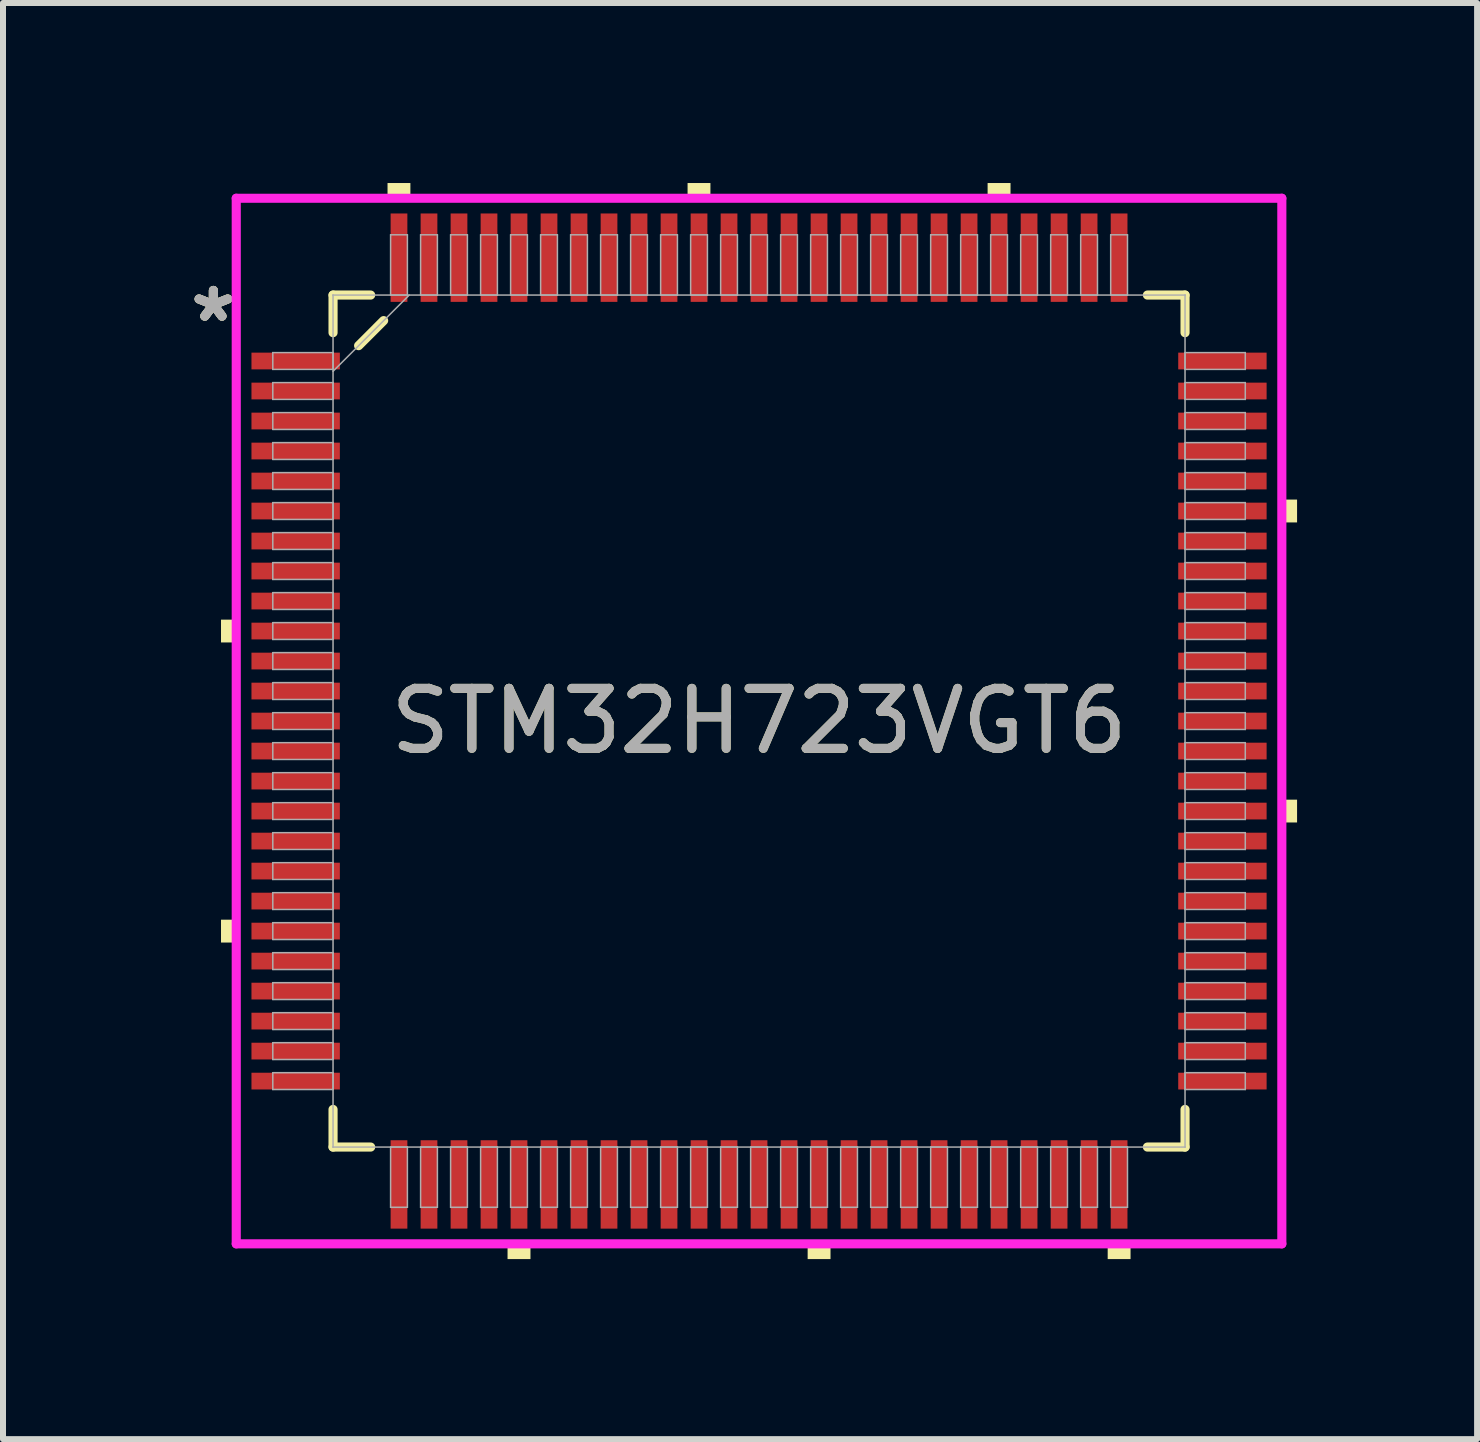
<source format=kicad_pcb>
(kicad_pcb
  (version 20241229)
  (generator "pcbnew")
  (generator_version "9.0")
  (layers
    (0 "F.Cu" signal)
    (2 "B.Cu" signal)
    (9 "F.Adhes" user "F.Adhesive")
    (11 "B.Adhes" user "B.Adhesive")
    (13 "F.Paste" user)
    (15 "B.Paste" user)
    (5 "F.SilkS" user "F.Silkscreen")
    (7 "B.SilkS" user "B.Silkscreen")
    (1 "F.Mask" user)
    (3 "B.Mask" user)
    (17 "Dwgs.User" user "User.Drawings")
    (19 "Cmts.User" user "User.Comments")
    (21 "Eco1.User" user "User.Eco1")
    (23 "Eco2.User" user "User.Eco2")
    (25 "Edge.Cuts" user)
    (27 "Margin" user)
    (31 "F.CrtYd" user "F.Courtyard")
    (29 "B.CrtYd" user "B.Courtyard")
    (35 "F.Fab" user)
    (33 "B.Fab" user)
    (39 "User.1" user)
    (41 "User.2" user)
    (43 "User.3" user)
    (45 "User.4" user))
  (footprint "STM32H723VGT6"
    (layer "F.Cu")
    (at 9.599 8.966)
    (property "Reference" "STM32H723VGT6" (at 0 0 0) (unlocked yes) (layer "F.SilkS") (effects (font (size 1 1) (thickness 0.15))))
    (attr smd)
    (fp_line (start -7.099 -7.099) (end -7.099 -6.472) (stroke (width 0.152) (type solid)) (layer "F.SilkS"))
    (fp_line (start -7.099 6.472) (end -7.099 7.099) (stroke (width 0.152) (type solid)) (layer "F.SilkS"))
    (fp_line (start -7.099 7.099) (end -6.472 7.099) (stroke (width 0.152) (type solid)) (layer "F.SilkS"))
    (fp_line (start -6.673 -6.256) (end -6.256 -6.673) (stroke (width 0.152) (type solid)) (layer "F.SilkS"))
    (fp_line (start -6.472 -7.099) (end -7.099 -7.099) (stroke (width 0.152) (type solid)) (layer "F.SilkS"))
    (fp_line (start 6.472 7.099) (end 7.099 7.099) (stroke (width 0.152) (type solid)) (layer "F.SilkS"))
    (fp_line (start 7.099 -7.099) (end 6.472 -7.099) (stroke (width 0.152) (type solid)) (layer "F.SilkS"))
    (fp_line (start 7.099 -6.472) (end 7.099 -7.099) (stroke (width 0.152) (type solid)) (layer "F.SilkS"))
    (fp_line (start 7.099 7.099) (end 7.099 6.472) (stroke (width 0.152) (type solid)) (layer "F.SilkS"))
    (fp_poly (pts (xy -8.966 -1.69) (xy -8.966 -1.31) (xy -8.712 -1.31) (xy -8.712 -1.69)) (stroke (width 0) (type solid)) (fill yes) (layer "F.SilkS"))
    (fp_poly (pts (xy -8.966 3.31) (xy -8.966 3.691) (xy -8.712 3.691) (xy -8.712 3.31)) (stroke (width 0) (type solid)) (fill yes) (layer "F.SilkS"))
    (fp_poly (pts (xy -6.191 -8.712) (xy -6.191 -8.966) (xy -5.81 -8.966) (xy -5.81 -8.712)) (stroke (width 0) (type solid)) (fill yes) (layer "F.SilkS"))
    (fp_poly (pts (xy -4.191 8.712) (xy -4.191 8.966) (xy -3.809 8.966) (xy -3.809 8.712)) (stroke (width 0) (type solid)) (fill yes) (layer "F.SilkS"))
    (fp_poly (pts (xy -1.191 -8.712) (xy -1.191 -8.966) (xy -0.81 -8.966) (xy -0.81 -8.712)) (stroke (width 0) (type solid)) (fill yes) (layer "F.SilkS"))
    (fp_poly (pts (xy 0.81 8.712) (xy 0.81 8.966) (xy 1.191 8.966) (xy 1.191 8.712)) (stroke (width 0) (type solid)) (fill yes) (layer "F.SilkS"))
    (fp_poly (pts (xy 3.809 -8.712) (xy 3.809 -8.966) (xy 4.191 -8.966) (xy 4.191 -8.712)) (stroke (width 0) (type solid)) (fill yes) (layer "F.SilkS"))
    (fp_poly (pts (xy 5.81 8.712) (xy 5.81 8.966) (xy 6.191 8.966) (xy 6.191 8.712)) (stroke (width 0) (type solid)) (fill yes) (layer "F.SilkS"))
    (fp_poly (pts (xy 8.966 -3.691) (xy 8.966 -3.31) (xy 8.712 -3.31) (xy 8.712 -3.691)) (stroke (width 0) (type solid)) (fill yes) (layer "F.SilkS"))
    (fp_poly (pts (xy 8.966 1.31) (xy 8.966 1.69) (xy 8.712 1.69) (xy 8.712 1.31)) (stroke (width 0) (type solid)) (fill yes) (layer "F.SilkS"))
    (fp_line (start -8.712 -8.712) (end 8.712 -8.712) (stroke (width 0.152) (type solid)) (layer "F.CrtYd"))
    (fp_line (start -8.712 8.712) (end -8.712 -8.712) (stroke (width 0.152) (type solid)) (layer "F.CrtYd"))
    (fp_line (start 8.712 -8.712) (end 8.712 8.712) (stroke (width 0.152) (type solid)) (layer "F.CrtYd"))
    (fp_line (start 8.712 8.712) (end -8.712 8.712) (stroke (width 0.152) (type solid)) (layer "F.CrtYd"))
    (fp_line (start -8.103 -6.14) (end -8.103 -5.86) (stroke (width 0.025) (type solid)) (layer "F.Fab"))
    (fp_line (start -8.103 -5.86) (end -7.099 -5.86) (stroke (width 0.025) (type solid)) (layer "F.Fab"))
    (fp_line (start -8.103 -5.64) (end -8.103 -5.36) (stroke (width 0.025) (type solid)) (layer "F.Fab"))
    (fp_line (start -8.103 -5.36) (end -7.099 -5.36) (stroke (width 0.025) (type solid)) (layer "F.Fab"))
    (fp_line (start -8.103 -5.14) (end -8.103 -4.86) (stroke (width 0.025) (type solid)) (layer "F.Fab"))
    (fp_line (start -8.103 -4.86) (end -7.099 -4.86) (stroke (width 0.025) (type solid)) (layer "F.Fab"))
    (fp_line (start -8.103 -4.64) (end -8.103 -4.36) (stroke (width 0.025) (type solid)) (layer "F.Fab"))
    (fp_line (start -8.103 -4.36) (end -7.099 -4.36) (stroke (width 0.025) (type solid)) (layer "F.Fab"))
    (fp_line (start -8.103 -4.14) (end -8.103 -3.86) (stroke (width 0.025) (type solid)) (layer "F.Fab"))
    (fp_line (start -8.103 -3.86) (end -7.099 -3.86) (stroke (width 0.025) (type solid)) (layer "F.Fab"))
    (fp_line (start -8.103 -3.64) (end -8.103 -3.36) (stroke (width 0.025) (type solid)) (layer "F.Fab"))
    (fp_line (start -8.103 -3.36) (end -7.099 -3.36) (stroke (width 0.025) (type solid)) (layer "F.Fab"))
    (fp_line (start -8.103 -3.14) (end -8.103 -2.86) (stroke (width 0.025) (type solid)) (layer "F.Fab"))
    (fp_line (start -8.103 -2.86) (end -7.099 -2.86) (stroke (width 0.025) (type solid)) (layer "F.Fab"))
    (fp_line (start -8.103 -2.64) (end -8.103 -2.36) (stroke (width 0.025) (type solid)) (layer "F.Fab"))
    (fp_line (start -8.103 -2.36) (end -7.099 -2.36) (stroke (width 0.025) (type solid)) (layer "F.Fab"))
    (fp_line (start -8.103 -2.14) (end -8.103 -1.86) (stroke (width 0.025) (type solid)) (layer "F.Fab"))
    (fp_line (start -8.103 -1.86) (end -7.099 -1.86) (stroke (width 0.025) (type solid)) (layer "F.Fab"))
    (fp_line (start -8.103 -1.64) (end -8.103 -1.36) (stroke (width 0.025) (type solid)) (layer "F.Fab"))
    (fp_line (start -8.103 -1.36) (end -7.099 -1.36) (stroke (width 0.025) (type solid)) (layer "F.Fab"))
    (fp_line (start -8.103 -1.14) (end -8.103 -0.86) (stroke (width 0.025) (type solid)) (layer "F.Fab"))
    (fp_line (start -8.103 -0.86) (end -7.099 -0.86) (stroke (width 0.025) (type solid)) (layer "F.Fab"))
    (fp_line (start -8.103 -0.64) (end -8.103 -0.36) (stroke (width 0.025) (type solid)) (layer "F.Fab"))
    (fp_line (start -8.103 -0.36) (end -7.099 -0.36) (stroke (width 0.025) (type solid)) (layer "F.Fab"))
    (fp_line (start -8.103 -0.14) (end -8.103 0.14) (stroke (width 0.025) (type solid)) (layer "F.Fab"))
    (fp_line (start -8.103 0.14) (end -7.099 0.14) (stroke (width 0.025) (type solid)) (layer "F.Fab"))
    (fp_line (start -8.103 0.36) (end -8.103 0.64) (stroke (width 0.025) (type solid)) (layer "F.Fab"))
    (fp_line (start -8.103 0.64) (end -7.099 0.64) (stroke (width 0.025) (type solid)) (layer "F.Fab"))
    (fp_line (start -8.103 0.86) (end -8.103 1.14) (stroke (width 0.025) (type solid)) (layer "F.Fab"))
    (fp_line (start -8.103 1.14) (end -7.099 1.14) (stroke (width 0.025) (type solid)) (layer "F.Fab"))
    (fp_line (start -8.103 1.36) (end -8.103 1.64) (stroke (width 0.025) (type solid)) (layer "F.Fab"))
    (fp_line (start -8.103 1.64) (end -7.099 1.64) (stroke (width 0.025) (type solid)) (layer "F.Fab"))
    (fp_line (start -8.103 1.86) (end -8.103 2.14) (stroke (width 0.025) (type solid)) (layer "F.Fab"))
    (fp_line (start -8.103 2.14) (end -7.099 2.14) (stroke (width 0.025) (type solid)) (layer "F.Fab"))
    (fp_line (start -8.103 2.36) (end -8.103 2.64) (stroke (width 0.025) (type solid)) (layer "F.Fab"))
    (fp_line (start -8.103 2.64) (end -7.099 2.64) (stroke (width 0.025) (type solid)) (layer "F.Fab"))
    (fp_line (start -8.103 2.86) (end -8.103 3.14) (stroke (width 0.025) (type solid)) (layer "F.Fab"))
    (fp_line (start -8.103 3.14) (end -7.099 3.14) (stroke (width 0.025) (type solid)) (layer "F.Fab"))
    (fp_line (start -8.103 3.36) (end -8.103 3.64) (stroke (width 0.025) (type solid)) (layer "F.Fab"))
    (fp_line (start -8.103 3.64) (end -7.099 3.64) (stroke (width 0.025) (type solid)) (layer "F.Fab"))
    (fp_line (start -8.103 3.86) (end -8.103 4.14) (stroke (width 0.025) (type solid)) (layer "F.Fab"))
    (fp_line (start -8.103 4.14) (end -7.099 4.14) (stroke (width 0.025) (type solid)) (layer "F.Fab"))
    (fp_line (start -8.103 4.36) (end -8.103 4.64) (stroke (width 0.025) (type solid)) (layer "F.Fab"))
    (fp_line (start -8.103 4.64) (end -7.099 4.64) (stroke (width 0.025) (type solid)) (layer "F.Fab"))
    (fp_line (start -8.103 4.86) (end -8.103 5.14) (stroke (width 0.025) (type solid)) (layer "F.Fab"))
    (fp_line (start -8.103 5.14) (end -7.099 5.14) (stroke (width 0.025) (type solid)) (layer "F.Fab"))
    (fp_line (start -8.103 5.36) (end -8.103 5.64) (stroke (width 0.025) (type solid)) (layer "F.Fab"))
    (fp_line (start -8.103 5.64) (end -7.099 5.64) (stroke (width 0.025) (type solid)) (layer "F.Fab"))
    (fp_line (start -8.103 5.86) (end -8.103 6.14) (stroke (width 0.025) (type solid)) (layer "F.Fab"))
    (fp_line (start -8.103 6.14) (end -7.099 6.14) (stroke (width 0.025) (type solid)) (layer "F.Fab"))
    (fp_line (start -7.099 -7.099) (end -7.099 -7.099) (stroke (width 0.025) (type solid)) (layer "F.Fab"))
    (fp_line (start -7.099 -7.099) (end -7.099 7.099) (stroke (width 0.025) (type solid)) (layer "F.Fab"))
    (fp_line (start -7.099 -6.14) (end -8.103 -6.14) (stroke (width 0.025) (type solid)) (layer "F.Fab"))
    (fp_line (start -7.099 -5.86) (end -7.099 -6.14) (stroke (width 0.025) (type solid)) (layer "F.Fab"))
    (fp_line (start -7.099 -5.829) (end -5.829 -7.099) (stroke (width 0.025) (type solid)) (layer "F.Fab"))
    (fp_line (start -7.099 -5.64) (end -8.103 -5.64) (stroke (width 0.025) (type solid)) (layer "F.Fab"))
    (fp_line (start -7.099 -5.36) (end -7.099 -5.64) (stroke (width 0.025) (type solid)) (layer "F.Fab"))
    (fp_line (start -7.099 -5.14) (end -8.103 -5.14) (stroke (width 0.025) (type solid)) (layer "F.Fab"))
    (fp_line (start -7.099 -4.86) (end -7.099 -5.14) (stroke (width 0.025) (type solid)) (layer "F.Fab"))
    (fp_line (start -7.099 -4.64) (end -8.103 -4.64) (stroke (width 0.025) (type solid)) (layer "F.Fab"))
    (fp_line (start -7.099 -4.36) (end -7.099 -4.64) (stroke (width 0.025) (type solid)) (layer "F.Fab"))
    (fp_line (start -7.099 -4.14) (end -8.103 -4.14) (stroke (width 0.025) (type solid)) (layer "F.Fab"))
    (fp_line (start -7.099 -3.86) (end -7.099 -4.14) (stroke (width 0.025) (type solid)) (layer "F.Fab"))
    (fp_line (start -7.099 -3.64) (end -8.103 -3.64) (stroke (width 0.025) (type solid)) (layer "F.Fab"))
    (fp_line (start -7.099 -3.36) (end -7.099 -3.64) (stroke (width 0.025) (type solid)) (layer "F.Fab"))
    (fp_line (start -7.099 -3.14) (end -8.103 -3.14) (stroke (width 0.025) (type solid)) (layer "F.Fab"))
    (fp_line (start -7.099 -2.86) (end -7.099 -3.14) (stroke (width 0.025) (type solid)) (layer "F.Fab"))
    (fp_line (start -7.099 -2.64) (end -8.103 -2.64) (stroke (width 0.025) (type solid)) (layer "F.Fab"))
    (fp_line (start -7.099 -2.36) (end -7.099 -2.64) (stroke (width 0.025) (type solid)) (layer "F.Fab"))
    (fp_line (start -7.099 -2.14) (end -8.103 -2.14) (stroke (width 0.025) (type solid)) (layer "F.Fab"))
    (fp_line (start -7.099 -1.86) (end -7.099 -2.14) (stroke (width 0.025) (type solid)) (layer "F.Fab"))
    (fp_line (start -7.099 -1.64) (end -8.103 -1.64) (stroke (width 0.025) (type solid)) (layer "F.Fab"))
    (fp_line (start -7.099 -1.36) (end -7.099 -1.64) (stroke (width 0.025) (type solid)) (layer "F.Fab"))
    (fp_line (start -7.099 -1.14) (end -8.103 -1.14) (stroke (width 0.025) (type solid)) (layer "F.Fab"))
    (fp_line (start -7.099 -0.86) (end -7.099 -1.14) (stroke (width 0.025) (type solid)) (layer "F.Fab"))
    (fp_line (start -7.099 -0.64) (end -8.103 -0.64) (stroke (width 0.025) (type solid)) (layer "F.Fab"))
    (fp_line (start -7.099 -0.36) (end -7.099 -0.64) (stroke (width 0.025) (type solid)) (layer "F.Fab"))
    (fp_line (start -7.099 -0.14) (end -8.103 -0.14) (stroke (width 0.025) (type solid)) (layer "F.Fab"))
    (fp_line (start -7.099 0.14) (end -7.099 -0.14) (stroke (width 0.025) (type solid)) (layer "F.Fab"))
    (fp_line (start -7.099 0.36) (end -8.103 0.36) (stroke (width 0.025) (type solid)) (layer "F.Fab"))
    (fp_line (start -7.099 0.64) (end -7.099 0.36) (stroke (width 0.025) (type solid)) (layer "F.Fab"))
    (fp_line (start -7.099 0.86) (end -8.103 0.86) (stroke (width 0.025) (type solid)) (layer "F.Fab"))
    (fp_line (start -7.099 1.14) (end -7.099 0.86) (stroke (width 0.025) (type solid)) (layer "F.Fab"))
    (fp_line (start -7.099 1.36) (end -8.103 1.36) (stroke (width 0.025) (type solid)) (layer "F.Fab"))
    (fp_line (start -7.099 1.64) (end -7.099 1.36) (stroke (width 0.025) (type solid)) (layer "F.Fab"))
    (fp_line (start -7.099 1.86) (end -8.103 1.86) (stroke (width 0.025) (type solid)) (layer "F.Fab"))
    (fp_line (start -7.099 2.14) (end -7.099 1.86) (stroke (width 0.025) (type solid)) (layer "F.Fab"))
    (fp_line (start -7.099 2.36) (end -8.103 2.36) (stroke (width 0.025) (type solid)) (layer "F.Fab"))
    (fp_line (start -7.099 2.64) (end -7.099 2.36) (stroke (width 0.025) (type solid)) (layer "F.Fab"))
    (fp_line (start -7.099 2.86) (end -8.103 2.86) (stroke (width 0.025) (type solid)) (layer "F.Fab"))
    (fp_line (start -7.099 3.14) (end -7.099 2.86) (stroke (width 0.025) (type solid)) (layer "F.Fab"))
    (fp_line (start -7.099 3.36) (end -8.103 3.36) (stroke (width 0.025) (type solid)) (layer "F.Fab"))
    (fp_line (start -7.099 3.64) (end -7.099 3.36) (stroke (width 0.025) (type solid)) (layer "F.Fab"))
    (fp_line (start -7.099 3.86) (end -8.103 3.86) (stroke (width 0.025) (type solid)) (layer "F.Fab"))
    (fp_line (start -7.099 4.14) (end -7.099 3.86) (stroke (width 0.025) (type solid)) (layer "F.Fab"))
    (fp_line (start -7.099 4.36) (end -8.103 4.36) (stroke (width 0.025) (type solid)) (layer "F.Fab"))
    (fp_line (start -7.099 4.64) (end -7.099 4.36) (stroke (width 0.025) (type solid)) (layer "F.Fab"))
    (fp_line (start -7.099 4.86) (end -8.103 4.86) (stroke (width 0.025) (type solid)) (layer "F.Fab"))
    (fp_line (start -7.099 5.14) (end -7.099 4.86) (stroke (width 0.025) (type solid)) (layer "F.Fab"))
    (fp_line (start -7.099 5.36) (end -8.103 5.36) (stroke (width 0.025) (type solid)) (layer "F.Fab"))
    (fp_line (start -7.099 5.64) (end -7.099 5.36) (stroke (width 0.025) (type solid)) (layer "F.Fab"))
    (fp_line (start -7.099 5.86) (end -8.103 5.86) (stroke (width 0.025) (type solid)) (layer "F.Fab"))
    (fp_line (start -7.099 6.14) (end -7.099 5.86) (stroke (width 0.025) (type solid)) (layer "F.Fab"))
    (fp_line (start -7.099 7.099) (end -7.099 7.099) (stroke (width 0.025) (type solid)) (layer "F.Fab"))
    (fp_line (start -7.099 7.099) (end 7.099 7.099) (stroke (width 0.025) (type solid)) (layer "F.Fab"))
    (fp_line (start -6.14 -8.103) (end -6.14 -7.099) (stroke (width 0.025) (type solid)) (layer "F.Fab"))
    (fp_line (start -6.14 -7.099) (end -5.86 -7.099) (stroke (width 0.025) (type solid)) (layer "F.Fab"))
    (fp_line (start -6.14 7.099) (end -6.14 8.103) (stroke (width 0.025) (type solid)) (layer "F.Fab"))
    (fp_line (start -6.14 8.103) (end -5.86 8.103) (stroke (width 0.025) (type solid)) (layer "F.Fab"))
    (fp_line (start -5.86 -8.103) (end -6.14 -8.103) (stroke (width 0.025) (type solid)) (layer "F.Fab"))
    (fp_line (start -5.86 -7.099) (end -5.86 -8.103) (stroke (width 0.025) (type solid)) (layer "F.Fab"))
    (fp_line (start -5.86 7.099) (end -6.14 7.099) (stroke (width 0.025) (type solid)) (layer "F.Fab"))
    (fp_line (start -5.86 8.103) (end -5.86 7.099) (stroke (width 0.025) (type solid)) (layer "F.Fab"))
    (fp_line (start -5.64 -8.103) (end -5.64 -7.099) (stroke (width 0.025) (type solid)) (layer "F.Fab"))
    (fp_line (start -5.64 -7.099) (end -5.36 -7.099) (stroke (width 0.025) (type solid)) (layer "F.Fab"))
    (fp_line (start -5.64 7.099) (end -5.64 8.103) (stroke (width 0.025) (type solid)) (layer "F.Fab"))
    (fp_line (start -5.64 8.103) (end -5.36 8.103) (stroke (width 0.025) (type solid)) (layer "F.Fab"))
    (fp_line (start -5.36 -8.103) (end -5.64 -8.103) (stroke (width 0.025) (type solid)) (layer "F.Fab"))
    (fp_line (start -5.36 -7.099) (end -5.36 -8.103) (stroke (width 0.025) (type solid)) (layer "F.Fab"))
    (fp_line (start -5.36 7.099) (end -5.64 7.099) (stroke (width 0.025) (type solid)) (layer "F.Fab"))
    (fp_line (start -5.36 8.103) (end -5.36 7.099) (stroke (width 0.025) (type solid)) (layer "F.Fab"))
    (fp_line (start -5.14 -8.103) (end -5.14 -7.099) (stroke (width 0.025) (type solid)) (layer "F.Fab"))
    (fp_line (start -5.14 -7.099) (end -4.86 -7.099) (stroke (width 0.025) (type solid)) (layer "F.Fab"))
    (fp_line (start -5.14 7.099) (end -5.14 8.103) (stroke (width 0.025) (type solid)) (layer "F.Fab"))
    (fp_line (start -5.14 8.103) (end -4.86 8.103) (stroke (width 0.025) (type solid)) (layer "F.Fab"))
    (fp_line (start -4.86 -8.103) (end -5.14 -8.103) (stroke (width 0.025) (type solid)) (layer "F.Fab"))
    (fp_line (start -4.86 -7.099) (end -4.86 -8.103) (stroke (width 0.025) (type solid)) (layer "F.Fab"))
    (fp_line (start -4.86 7.099) (end -5.14 7.099) (stroke (width 0.025) (type solid)) (layer "F.Fab"))
    (fp_line (start -4.86 8.103) (end -4.86 7.099) (stroke (width 0.025) (type solid)) (layer "F.Fab"))
    (fp_line (start -4.64 -8.103) (end -4.64 -7.099) (stroke (width 0.025) (type solid)) (layer "F.Fab"))
    (fp_line (start -4.64 -7.099) (end -4.36 -7.099) (stroke (width 0.025) (type solid)) (layer "F.Fab"))
    (fp_line (start -4.64 7.099) (end -4.64 8.103) (stroke (width 0.025) (type solid)) (layer "F.Fab"))
    (fp_line (start -4.64 8.103) (end -4.36 8.103) (stroke (width 0.025) (type solid)) (layer "F.Fab"))
    (fp_line (start -4.36 -8.103) (end -4.64 -8.103) (stroke (width 0.025) (type solid)) (layer "F.Fab"))
    (fp_line (start -4.36 -7.099) (end -4.36 -8.103) (stroke (width 0.025) (type solid)) (layer "F.Fab"))
    (fp_line (start -4.36 7.099) (end -4.64 7.099) (stroke (width 0.025) (type solid)) (layer "F.Fab"))
    (fp_line (start -4.36 8.103) (end -4.36 7.099) (stroke (width 0.025) (type solid)) (layer "F.Fab"))
    (fp_line (start -4.14 -8.103) (end -4.14 -7.099) (stroke (width 0.025) (type solid)) (layer "F.Fab"))
    (fp_line (start -4.14 -7.099) (end -3.86 -7.099) (stroke (width 0.025) (type solid)) (layer "F.Fab"))
    (fp_line (start -4.14 7.099) (end -4.14 8.103) (stroke (width 0.025) (type solid)) (layer "F.Fab"))
    (fp_line (start -4.14 8.103) (end -3.86 8.103) (stroke (width 0.025) (type solid)) (layer "F.Fab"))
    (fp_line (start -3.86 -8.103) (end -4.14 -8.103) (stroke (width 0.025) (type solid)) (layer "F.Fab"))
    (fp_line (start -3.86 -7.099) (end -3.86 -8.103) (stroke (width 0.025) (type solid)) (layer "F.Fab"))
    (fp_line (start -3.86 7.099) (end -4.14 7.099) (stroke (width 0.025) (type solid)) (layer "F.Fab"))
    (fp_line (start -3.86 8.103) (end -3.86 7.099) (stroke (width 0.025) (type solid)) (layer "F.Fab"))
    (fp_line (start -3.64 -8.103) (end -3.64 -7.099) (stroke (width 0.025) (type solid)) (layer "F.Fab"))
    (fp_line (start -3.64 -7.099) (end -3.36 -7.099) (stroke (width 0.025) (type solid)) (layer "F.Fab"))
    (fp_line (start -3.64 7.099) (end -3.64 8.103) (stroke (width 0.025) (type solid)) (layer "F.Fab"))
    (fp_line (start -3.64 8.103) (end -3.36 8.103) (stroke (width 0.025) (type solid)) (layer "F.Fab"))
    (fp_line (start -3.36 -8.103) (end -3.64 -8.103) (stroke (width 0.025) (type solid)) (layer "F.Fab"))
    (fp_line (start -3.36 -7.099) (end -3.36 -8.103) (stroke (width 0.025) (type solid)) (layer "F.Fab"))
    (fp_line (start -3.36 7.099) (end -3.64 7.099) (stroke (width 0.025) (type solid)) (layer "F.Fab"))
    (fp_line (start -3.36 8.103) (end -3.36 7.099) (stroke (width 0.025) (type solid)) (layer "F.Fab"))
    (fp_line (start -3.14 -8.103) (end -3.14 -7.099) (stroke (width 0.025) (type solid)) (layer "F.Fab"))
    (fp_line (start -3.14 -7.099) (end -2.86 -7.099) (stroke (width 0.025) (type solid)) (layer "F.Fab"))
    (fp_line (start -3.14 7.099) (end -3.14 8.103) (stroke (width 0.025) (type solid)) (layer "F.Fab"))
    (fp_line (start -3.14 8.103) (end -2.86 8.103) (stroke (width 0.025) (type solid)) (layer "F.Fab"))
    (fp_line (start -2.86 -8.103) (end -3.14 -8.103) (stroke (width 0.025) (type solid)) (layer "F.Fab"))
    (fp_line (start -2.86 -7.099) (end -2.86 -8.103) (stroke (width 0.025) (type solid)) (layer "F.Fab"))
    (fp_line (start -2.86 7.099) (end -3.14 7.099) (stroke (width 0.025) (type solid)) (layer "F.Fab"))
    (fp_line (start -2.86 8.103) (end -2.86 7.099) (stroke (width 0.025) (type solid)) (layer "F.Fab"))
    (fp_line (start -2.64 -8.103) (end -2.64 -7.099) (stroke (width 0.025) (type solid)) (layer "F.Fab"))
    (fp_line (start -2.64 -7.099) (end -2.36 -7.099) (stroke (width 0.025) (type solid)) (layer "F.Fab"))
    (fp_line (start -2.64 7.099) (end -2.64 8.103) (stroke (width 0.025) (type solid)) (layer "F.Fab"))
    (fp_line (start -2.64 8.103) (end -2.36 8.103) (stroke (width 0.025) (type solid)) (layer "F.Fab"))
    (fp_line (start -2.36 -8.103) (end -2.64 -8.103) (stroke (width 0.025) (type solid)) (layer "F.Fab"))
    (fp_line (start -2.36 -7.099) (end -2.36 -8.103) (stroke (width 0.025) (type solid)) (layer "F.Fab"))
    (fp_line (start -2.36 7.099) (end -2.64 7.099) (stroke (width 0.025) (type solid)) (layer "F.Fab"))
    (fp_line (start -2.36 8.103) (end -2.36 7.099) (stroke (width 0.025) (type solid)) (layer "F.Fab"))
    (fp_line (start -2.14 -8.103) (end -2.14 -7.099) (stroke (width 0.025) (type solid)) (layer "F.Fab"))
    (fp_line (start -2.14 -7.099) (end -1.86 -7.099) (stroke (width 0.025) (type solid)) (layer "F.Fab"))
    (fp_line (start -2.14 7.099) (end -2.14 8.103) (stroke (width 0.025) (type solid)) (layer "F.Fab"))
    (fp_line (start -2.14 8.103) (end -1.86 8.103) (stroke (width 0.025) (type solid)) (layer "F.Fab"))
    (fp_line (start -1.86 -8.103) (end -2.14 -8.103) (stroke (width 0.025) (type solid)) (layer "F.Fab"))
    (fp_line (start -1.86 -7.099) (end -1.86 -8.103) (stroke (width 0.025) (type solid)) (layer "F.Fab"))
    (fp_line (start -1.86 7.099) (end -2.14 7.099) (stroke (width 0.025) (type solid)) (layer "F.Fab"))
    (fp_line (start -1.86 8.103) (end -1.86 7.099) (stroke (width 0.025) (type solid)) (layer "F.Fab"))
    (fp_line (start -1.64 -8.103) (end -1.64 -7.099) (stroke (width 0.025) (type solid)) (layer "F.Fab"))
    (fp_line (start -1.64 -7.099) (end -1.36 -7.099) (stroke (width 0.025) (type solid)) (layer "F.Fab"))
    (fp_line (start -1.64 7.099) (end -1.64 8.103) (stroke (width 0.025) (type solid)) (layer "F.Fab"))
    (fp_line (start -1.64 8.103) (end -1.36 8.103) (stroke (width 0.025) (type solid)) (layer "F.Fab"))
    (fp_line (start -1.36 -8.103) (end -1.64 -8.103) (stroke (width 0.025) (type solid)) (layer "F.Fab"))
    (fp_line (start -1.36 -7.099) (end -1.36 -8.103) (stroke (width 0.025) (type solid)) (layer "F.Fab"))
    (fp_line (start -1.36 7.099) (end -1.64 7.099) (stroke (width 0.025) (type solid)) (layer "F.Fab"))
    (fp_line (start -1.36 8.103) (end -1.36 7.099) (stroke (width 0.025) (type solid)) (layer "F.Fab"))
    (fp_line (start -1.14 -8.103) (end -1.14 -7.099) (stroke (width 0.025) (type solid)) (layer "F.Fab"))
    (fp_line (start -1.14 -7.099) (end -0.86 -7.099) (stroke (width 0.025) (type solid)) (layer "F.Fab"))
    (fp_line (start -1.14 7.099) (end -1.14 8.103) (stroke (width 0.025) (type solid)) (layer "F.Fab"))
    (fp_line (start -1.14 8.103) (end -0.86 8.103) (stroke (width 0.025) (type solid)) (layer "F.Fab"))
    (fp_line (start -0.86 -8.103) (end -1.14 -8.103) (stroke (width 0.025) (type solid)) (layer "F.Fab"))
    (fp_line (start -0.86 -7.099) (end -0.86 -8.103) (stroke (width 0.025) (type solid)) (layer "F.Fab"))
    (fp_line (start -0.86 7.099) (end -1.14 7.099) (stroke (width 0.025) (type solid)) (layer "F.Fab"))
    (fp_line (start -0.86 8.103) (end -0.86 7.099) (stroke (width 0.025) (type solid)) (layer "F.Fab"))
    (fp_line (start -0.64 -8.103) (end -0.64 -7.099) (stroke (width 0.025) (type solid)) (layer "F.Fab"))
    (fp_line (start -0.64 -7.099) (end -0.36 -7.099) (stroke (width 0.025) (type solid)) (layer "F.Fab"))
    (fp_line (start -0.64 7.099) (end -0.64 8.103) (stroke (width 0.025) (type solid)) (layer "F.Fab"))
    (fp_line (start -0.64 8.103) (end -0.36 8.103) (stroke (width 0.025) (type solid)) (layer "F.Fab"))
    (fp_line (start -0.36 -8.103) (end -0.64 -8.103) (stroke (width 0.025) (type solid)) (layer "F.Fab"))
    (fp_line (start -0.36 -7.099) (end -0.36 -8.103) (stroke (width 0.025) (type solid)) (layer "F.Fab"))
    (fp_line (start -0.36 7.099) (end -0.64 7.099) (stroke (width 0.025) (type solid)) (layer "F.Fab"))
    (fp_line (start -0.36 8.103) (end -0.36 7.099) (stroke (width 0.025) (type solid)) (layer "F.Fab"))
    (fp_line (start -0.14 -8.103) (end -0.14 -7.099) (stroke (width 0.025) (type solid)) (layer "F.Fab"))
    (fp_line (start -0.14 -7.099) (end 0.14 -7.099) (stroke (width 0.025) (type solid)) (layer "F.Fab"))
    (fp_line (start -0.14 7.099) (end -0.14 8.103) (stroke (width 0.025) (type solid)) (layer "F.Fab"))
    (fp_line (start -0.14 8.103) (end 0.14 8.103) (stroke (width 0.025) (type solid)) (layer "F.Fab"))
    (fp_line (start 0.14 -8.103) (end -0.14 -8.103) (stroke (width 0.025) (type solid)) (layer "F.Fab"))
    (fp_line (start 0.14 -7.099) (end 0.14 -8.103) (stroke (width 0.025) (type solid)) (layer "F.Fab"))
    (fp_line (start 0.14 7.099) (end -0.14 7.099) (stroke (width 0.025) (type solid)) (layer "F.Fab"))
    (fp_line (start 0.14 8.103) (end 0.14 7.099) (stroke (width 0.025) (type solid)) (layer "F.Fab"))
    (fp_line (start 0.36 -8.103) (end 0.36 -7.099) (stroke (width 0.025) (type solid)) (layer "F.Fab"))
    (fp_line (start 0.36 -7.099) (end 0.64 -7.099) (stroke (width 0.025) (type solid)) (layer "F.Fab"))
    (fp_line (start 0.36 7.099) (end 0.36 8.103) (stroke (width 0.025) (type solid)) (layer "F.Fab"))
    (fp_line (start 0.36 8.103) (end 0.64 8.103) (stroke (width 0.025) (type solid)) (layer "F.Fab"))
    (fp_line (start 0.64 -8.103) (end 0.36 -8.103) (stroke (width 0.025) (type solid)) (layer "F.Fab"))
    (fp_line (start 0.64 -7.099) (end 0.64 -8.103) (stroke (width 0.025) (type solid)) (layer "F.Fab"))
    (fp_line (start 0.64 7.099) (end 0.36 7.099) (stroke (width 0.025) (type solid)) (layer "F.Fab"))
    (fp_line (start 0.64 8.103) (end 0.64 7.099) (stroke (width 0.025) (type solid)) (layer "F.Fab"))
    (fp_line (start 0.86 -8.103) (end 0.86 -7.099) (stroke (width 0.025) (type solid)) (layer "F.Fab"))
    (fp_line (start 0.86 -7.099) (end 1.14 -7.099) (stroke (width 0.025) (type solid)) (layer "F.Fab"))
    (fp_line (start 0.86 7.099) (end 0.86 8.103) (stroke (width 0.025) (type solid)) (layer "F.Fab"))
    (fp_line (start 0.86 8.103) (end 1.14 8.103) (stroke (width 0.025) (type solid)) (layer "F.Fab"))
    (fp_line (start 1.14 -8.103) (end 0.86 -8.103) (stroke (width 0.025) (type solid)) (layer "F.Fab"))
    (fp_line (start 1.14 -7.099) (end 1.14 -8.103) (stroke (width 0.025) (type solid)) (layer "F.Fab"))
    (fp_line (start 1.14 7.099) (end 0.86 7.099) (stroke (width 0.025) (type solid)) (layer "F.Fab"))
    (fp_line (start 1.14 8.103) (end 1.14 7.099) (stroke (width 0.025) (type solid)) (layer "F.Fab"))
    (fp_line (start 1.36 -8.103) (end 1.36 -7.099) (stroke (width 0.025) (type solid)) (layer "F.Fab"))
    (fp_line (start 1.36 -7.099) (end 1.64 -7.099) (stroke (width 0.025) (type solid)) (layer "F.Fab"))
    (fp_line (start 1.36 7.099) (end 1.36 8.103) (stroke (width 0.025) (type solid)) (layer "F.Fab"))
    (fp_line (start 1.36 8.103) (end 1.64 8.103) (stroke (width 0.025) (type solid)) (layer "F.Fab"))
    (fp_line (start 1.64 -8.103) (end 1.36 -8.103) (stroke (width 0.025) (type solid)) (layer "F.Fab"))
    (fp_line (start 1.64 -7.099) (end 1.64 -8.103) (stroke (width 0.025) (type solid)) (layer "F.Fab"))
    (fp_line (start 1.64 7.099) (end 1.36 7.099) (stroke (width 0.025) (type solid)) (layer "F.Fab"))
    (fp_line (start 1.64 8.103) (end 1.64 7.099) (stroke (width 0.025) (type solid)) (layer "F.Fab"))
    (fp_line (start 1.86 -8.103) (end 1.86 -7.099) (stroke (width 0.025) (type solid)) (layer "F.Fab"))
    (fp_line (start 1.86 -7.099) (end 2.14 -7.099) (stroke (width 0.025) (type solid)) (layer "F.Fab"))
    (fp_line (start 1.86 7.099) (end 1.86 8.103) (stroke (width 0.025) (type solid)) (layer "F.Fab"))
    (fp_line (start 1.86 8.103) (end 2.14 8.103) (stroke (width 0.025) (type solid)) (layer "F.Fab"))
    (fp_line (start 2.14 -8.103) (end 1.86 -8.103) (stroke (width 0.025) (type solid)) (layer "F.Fab"))
    (fp_line (start 2.14 -7.099) (end 2.14 -8.103) (stroke (width 0.025) (type solid)) (layer "F.Fab"))
    (fp_line (start 2.14 7.099) (end 1.86 7.099) (stroke (width 0.025) (type solid)) (layer "F.Fab"))
    (fp_line (start 2.14 8.103) (end 2.14 7.099) (stroke (width 0.025) (type solid)) (layer "F.Fab"))
    (fp_line (start 2.36 -8.103) (end 2.36 -7.099) (stroke (width 0.025) (type solid)) (layer "F.Fab"))
    (fp_line (start 2.36 -7.099) (end 2.64 -7.099) (stroke (width 0.025) (type solid)) (layer "F.Fab"))
    (fp_line (start 2.36 7.099) (end 2.36 8.103) (stroke (width 0.025) (type solid)) (layer "F.Fab"))
    (fp_line (start 2.36 8.103) (end 2.64 8.103) (stroke (width 0.025) (type solid)) (layer "F.Fab"))
    (fp_line (start 2.64 -8.103) (end 2.36 -8.103) (stroke (width 0.025) (type solid)) (layer "F.Fab"))
    (fp_line (start 2.64 -7.099) (end 2.64 -8.103) (stroke (width 0.025) (type solid)) (layer "F.Fab"))
    (fp_line (start 2.64 7.099) (end 2.36 7.099) (stroke (width 0.025) (type solid)) (layer "F.Fab"))
    (fp_line (start 2.64 8.103) (end 2.64 7.099) (stroke (width 0.025) (type solid)) (layer "F.Fab"))
    (fp_line (start 2.86 -8.103) (end 2.86 -7.099) (stroke (width 0.025) (type solid)) (layer "F.Fab"))
    (fp_line (start 2.86 -7.099) (end 3.14 -7.099) (stroke (width 0.025) (type solid)) (layer "F.Fab"))
    (fp_line (start 2.86 7.099) (end 2.86 8.103) (stroke (width 0.025) (type solid)) (layer "F.Fab"))
    (fp_line (start 2.86 8.103) (end 3.14 8.103) (stroke (width 0.025) (type solid)) (layer "F.Fab"))
    (fp_line (start 3.14 -8.103) (end 2.86 -8.103) (stroke (width 0.025) (type solid)) (layer "F.Fab"))
    (fp_line (start 3.14 -7.099) (end 3.14 -8.103) (stroke (width 0.025) (type solid)) (layer "F.Fab"))
    (fp_line (start 3.14 7.099) (end 2.86 7.099) (stroke (width 0.025) (type solid)) (layer "F.Fab"))
    (fp_line (start 3.14 8.103) (end 3.14 7.099) (stroke (width 0.025) (type solid)) (layer "F.Fab"))
    (fp_line (start 3.36 -8.103) (end 3.36 -7.099) (stroke (width 0.025) (type solid)) (layer "F.Fab"))
    (fp_line (start 3.36 -7.099) (end 3.64 -7.099) (stroke (width 0.025) (type solid)) (layer "F.Fab"))
    (fp_line (start 3.36 7.099) (end 3.36 8.103) (stroke (width 0.025) (type solid)) (layer "F.Fab"))
    (fp_line (start 3.36 8.103) (end 3.64 8.103) (stroke (width 0.025) (type solid)) (layer "F.Fab"))
    (fp_line (start 3.64 -8.103) (end 3.36 -8.103) (stroke (width 0.025) (type solid)) (layer "F.Fab"))
    (fp_line (start 3.64 -7.099) (end 3.64 -8.103) (stroke (width 0.025) (type solid)) (layer "F.Fab"))
    (fp_line (start 3.64 7.099) (end 3.36 7.099) (stroke (width 0.025) (type solid)) (layer "F.Fab"))
    (fp_line (start 3.64 8.103) (end 3.64 7.099) (stroke (width 0.025) (type solid)) (layer "F.Fab"))
    (fp_line (start 3.86 -8.103) (end 3.86 -7.099) (stroke (width 0.025) (type solid)) (layer "F.Fab"))
    (fp_line (start 3.86 -7.099) (end 4.14 -7.099) (stroke (width 0.025) (type solid)) (layer "F.Fab"))
    (fp_line (start 3.86 7.099) (end 3.86 8.103) (stroke (width 0.025) (type solid)) (layer "F.Fab"))
    (fp_line (start 3.86 8.103) (end 4.14 8.103) (stroke (width 0.025) (type solid)) (layer "F.Fab"))
    (fp_line (start 4.14 -8.103) (end 3.86 -8.103) (stroke (width 0.025) (type solid)) (layer "F.Fab"))
    (fp_line (start 4.14 -7.099) (end 4.14 -8.103) (stroke (width 0.025) (type solid)) (layer "F.Fab"))
    (fp_line (start 4.14 7.099) (end 3.86 7.099) (stroke (width 0.025) (type solid)) (layer "F.Fab"))
    (fp_line (start 4.14 8.103) (end 4.14 7.099) (stroke (width 0.025) (type solid)) (layer "F.Fab"))
    (fp_line (start 4.36 -8.103) (end 4.36 -7.099) (stroke (width 0.025) (type solid)) (layer "F.Fab"))
    (fp_line (start 4.36 -7.099) (end 4.64 -7.099) (stroke (width 0.025) (type solid)) (layer "F.Fab"))
    (fp_line (start 4.36 7.099) (end 4.36 8.103) (stroke (width 0.025) (type solid)) (layer "F.Fab"))
    (fp_line (start 4.36 8.103) (end 4.64 8.103) (stroke (width 0.025) (type solid)) (layer "F.Fab"))
    (fp_line (start 4.64 -8.103) (end 4.36 -8.103) (stroke (width 0.025) (type solid)) (layer "F.Fab"))
    (fp_line (start 4.64 -7.099) (end 4.64 -8.103) (stroke (width 0.025) (type solid)) (layer "F.Fab"))
    (fp_line (start 4.64 7.099) (end 4.36 7.099) (stroke (width 0.025) (type solid)) (layer "F.Fab"))
    (fp_line (start 4.64 8.103) (end 4.64 7.099) (stroke (width 0.025) (type solid)) (layer "F.Fab"))
    (fp_line (start 4.86 -8.103) (end 4.86 -7.099) (stroke (width 0.025) (type solid)) (layer "F.Fab"))
    (fp_line (start 4.86 -7.099) (end 5.14 -7.099) (stroke (width 0.025) (type solid)) (layer "F.Fab"))
    (fp_line (start 4.86 7.099) (end 4.86 8.103) (stroke (width 0.025) (type solid)) (layer "F.Fab"))
    (fp_line (start 4.86 8.103) (end 5.14 8.103) (stroke (width 0.025) (type solid)) (layer "F.Fab"))
    (fp_line (start 5.14 -8.103) (end 4.86 -8.103) (stroke (width 0.025) (type solid)) (layer "F.Fab"))
    (fp_line (start 5.14 -7.099) (end 5.14 -8.103) (stroke (width 0.025) (type solid)) (layer "F.Fab"))
    (fp_line (start 5.14 7.099) (end 4.86 7.099) (stroke (width 0.025) (type solid)) (layer "F.Fab"))
    (fp_line (start 5.14 8.103) (end 5.14 7.099) (stroke (width 0.025) (type solid)) (layer "F.Fab"))
    (fp_line (start 5.36 -8.103) (end 5.36 -7.099) (stroke (width 0.025) (type solid)) (layer "F.Fab"))
    (fp_line (start 5.36 -7.099) (end 5.64 -7.099) (stroke (width 0.025) (type solid)) (layer "F.Fab"))
    (fp_line (start 5.36 7.099) (end 5.36 8.103) (stroke (width 0.025) (type solid)) (layer "F.Fab"))
    (fp_line (start 5.36 8.103) (end 5.64 8.103) (stroke (width 0.025) (type solid)) (layer "F.Fab"))
    (fp_line (start 5.64 -8.103) (end 5.36 -8.103) (stroke (width 0.025) (type solid)) (layer "F.Fab"))
    (fp_line (start 5.64 -7.099) (end 5.64 -8.103) (stroke (width 0.025) (type solid)) (layer "F.Fab"))
    (fp_line (start 5.64 7.099) (end 5.36 7.099) (stroke (width 0.025) (type solid)) (layer "F.Fab"))
    (fp_line (start 5.64 8.103) (end 5.64 7.099) (stroke (width 0.025) (type solid)) (layer "F.Fab"))
    (fp_line (start 5.86 -8.103) (end 5.86 -7.099) (stroke (width 0.025) (type solid)) (layer "F.Fab"))
    (fp_line (start 5.86 -7.099) (end 6.14 -7.099) (stroke (width 0.025) (type solid)) (layer "F.Fab"))
    (fp_line (start 5.86 7.099) (end 5.86 8.103) (stroke (width 0.025) (type solid)) (layer "F.Fab"))
    (fp_line (start 5.86 8.103) (end 6.14 8.103) (stroke (width 0.025) (type solid)) (layer "F.Fab"))
    (fp_line (start 6.14 -8.103) (end 5.86 -8.103) (stroke (width 0.025) (type solid)) (layer "F.Fab"))
    (fp_line (start 6.14 -7.099) (end 6.14 -8.103) (stroke (width 0.025) (type solid)) (layer "F.Fab"))
    (fp_line (start 6.14 7.099) (end 5.86 7.099) (stroke (width 0.025) (type solid)) (layer "F.Fab"))
    (fp_line (start 6.14 8.103) (end 6.14 7.099) (stroke (width 0.025) (type solid)) (layer "F.Fab"))
    (fp_line (start 7.099 -7.099) (end -7.099 -7.099) (stroke (width 0.025) (type solid)) (layer "F.Fab"))
    (fp_line (start 7.099 -7.099) (end 7.099 -7.099) (stroke (width 0.025) (type solid)) (layer "F.Fab"))
    (fp_line (start 7.099 -6.14) (end 7.099 -5.86) (stroke (width 0.025) (type solid)) (layer "F.Fab"))
    (fp_line (start 7.099 -5.86) (end 8.103 -5.86) (stroke (width 0.025) (type solid)) (layer "F.Fab"))
    (fp_line (start 7.099 -5.64) (end 7.099 -5.36) (stroke (width 0.025) (type solid)) (layer "F.Fab"))
    (fp_line (start 7.099 -5.36) (end 8.103 -5.36) (stroke (width 0.025) (type solid)) (layer "F.Fab"))
    (fp_line (start 7.099 -5.14) (end 7.099 -4.86) (stroke (width 0.025) (type solid)) (layer "F.Fab"))
    (fp_line (start 7.099 -4.86) (end 8.103 -4.86) (stroke (width 0.025) (type solid)) (layer "F.Fab"))
    (fp_line (start 7.099 -4.64) (end 7.099 -4.36) (stroke (width 0.025) (type solid)) (layer "F.Fab"))
    (fp_line (start 7.099 -4.36) (end 8.103 -4.36) (stroke (width 0.025) (type solid)) (layer "F.Fab"))
    (fp_line (start 7.099 -4.14) (end 7.099 -3.86) (stroke (width 0.025) (type solid)) (layer "F.Fab"))
    (fp_line (start 7.099 -3.86) (end 8.103 -3.86) (stroke (width 0.025) (type solid)) (layer "F.Fab"))
    (fp_line (start 7.099 -3.64) (end 7.099 -3.36) (stroke (width 0.025) (type solid)) (layer "F.Fab"))
    (fp_line (start 7.099 -3.36) (end 8.103 -3.36) (stroke (width 0.025) (type solid)) (layer "F.Fab"))
    (fp_line (start 7.099 -3.14) (end 7.099 -2.86) (stroke (width 0.025) (type solid)) (layer "F.Fab"))
    (fp_line (start 7.099 -2.86) (end 8.103 -2.86) (stroke (width 0.025) (type solid)) (layer "F.Fab"))
    (fp_line (start 7.099 -2.64) (end 7.099 -2.36) (stroke (width 0.025) (type solid)) (layer "F.Fab"))
    (fp_line (start 7.099 -2.36) (end 8.103 -2.36) (stroke (width 0.025) (type solid)) (layer "F.Fab"))
    (fp_line (start 7.099 -2.14) (end 7.099 -1.86) (stroke (width 0.025) (type solid)) (layer "F.Fab"))
    (fp_line (start 7.099 -1.86) (end 8.103 -1.86) (stroke (width 0.025) (type solid)) (layer "F.Fab"))
    (fp_line (start 7.099 -1.64) (end 7.099 -1.36) (stroke (width 0.025) (type solid)) (layer "F.Fab"))
    (fp_line (start 7.099 -1.36) (end 8.103 -1.36) (stroke (width 0.025) (type solid)) (layer "F.Fab"))
    (fp_line (start 7.099 -1.14) (end 7.099 -0.86) (stroke (width 0.025) (type solid)) (layer "F.Fab"))
    (fp_line (start 7.099 -0.86) (end 8.103 -0.86) (stroke (width 0.025) (type solid)) (layer "F.Fab"))
    (fp_line (start 7.099 -0.64) (end 7.099 -0.36) (stroke (width 0.025) (type solid)) (layer "F.Fab"))
    (fp_line (start 7.099 -0.36) (end 8.103 -0.36) (stroke (width 0.025) (type solid)) (layer "F.Fab"))
    (fp_line (start 7.099 -0.14) (end 7.099 0.14) (stroke (width 0.025) (type solid)) (layer "F.Fab"))
    (fp_line (start 7.099 0.14) (end 8.103 0.14) (stroke (width 0.025) (type solid)) (layer "F.Fab"))
    (fp_line (start 7.099 0.36) (end 7.099 0.64) (stroke (width 0.025) (type solid)) (layer "F.Fab"))
    (fp_line (start 7.099 0.64) (end 8.103 0.64) (stroke (width 0.025) (type solid)) (layer "F.Fab"))
    (fp_line (start 7.099 0.86) (end 7.099 1.14) (stroke (width 0.025) (type solid)) (layer "F.Fab"))
    (fp_line (start 7.099 1.14) (end 8.103 1.14) (stroke (width 0.025) (type solid)) (layer "F.Fab"))
    (fp_line (start 7.099 1.36) (end 7.099 1.64) (stroke (width 0.025) (type solid)) (layer "F.Fab"))
    (fp_line (start 7.099 1.64) (end 8.103 1.64) (stroke (width 0.025) (type solid)) (layer "F.Fab"))
    (fp_line (start 7.099 1.86) (end 7.099 2.14) (stroke (width 0.025) (type solid)) (layer "F.Fab"))
    (fp_line (start 7.099 2.14) (end 8.103 2.14) (stroke (width 0.025) (type solid)) (layer "F.Fab"))
    (fp_line (start 7.099 2.36) (end 7.099 2.64) (stroke (width 0.025) (type solid)) (layer "F.Fab"))
    (fp_line (start 7.099 2.64) (end 8.103 2.64) (stroke (width 0.025) (type solid)) (layer "F.Fab"))
    (fp_line (start 7.099 2.86) (end 7.099 3.14) (stroke (width 0.025) (type solid)) (layer "F.Fab"))
    (fp_line (start 7.099 3.14) (end 8.103 3.14) (stroke (width 0.025) (type solid)) (layer "F.Fab"))
    (fp_line (start 7.099 3.36) (end 7.099 3.64) (stroke (width 0.025) (type solid)) (layer "F.Fab"))
    (fp_line (start 7.099 3.64) (end 8.103 3.64) (stroke (width 0.025) (type solid)) (layer "F.Fab"))
    (fp_line (start 7.099 3.86) (end 7.099 4.14) (stroke (width 0.025) (type solid)) (layer "F.Fab"))
    (fp_line (start 7.099 4.14) (end 8.103 4.14) (stroke (width 0.025) (type solid)) (layer "F.Fab"))
    (fp_line (start 7.099 4.36) (end 7.099 4.64) (stroke (width 0.025) (type solid)) (layer "F.Fab"))
    (fp_line (start 7.099 4.64) (end 8.103 4.64) (stroke (width 0.025) (type solid)) (layer "F.Fab"))
    (fp_line (start 7.099 4.86) (end 7.099 5.14) (stroke (width 0.025) (type solid)) (layer "F.Fab"))
    (fp_line (start 7.099 5.14) (end 8.103 5.14) (stroke (width 0.025) (type solid)) (layer "F.Fab"))
    (fp_line (start 7.099 5.36) (end 7.099 5.64) (stroke (width 0.025) (type solid)) (layer "F.Fab"))
    (fp_line (start 7.099 5.64) (end 8.103 5.64) (stroke (width 0.025) (type solid)) (layer "F.Fab"))
    (fp_line (start 7.099 5.86) (end 7.099 6.14) (stroke (width 0.025) (type solid)) (layer "F.Fab"))
    (fp_line (start 7.099 6.14) (end 8.103 6.14) (stroke (width 0.025) (type solid)) (layer "F.Fab"))
    (fp_line (start 7.099 7.099) (end 7.099 -7.099) (stroke (width 0.025) (type solid)) (layer "F.Fab"))
    (fp_line (start 7.099 7.099) (end 7.099 7.099) (stroke (width 0.025) (type solid)) (layer "F.Fab"))
    (fp_line (start 8.103 -6.14) (end 7.099 -6.14) (stroke (width 0.025) (type solid)) (layer "F.Fab"))
    (fp_line (start 8.103 -5.86) (end 8.103 -6.14) (stroke (width 0.025) (type solid)) (layer "F.Fab"))
    (fp_line (start 8.103 -5.64) (end 7.099 -5.64) (stroke (width 0.025) (type solid)) (layer "F.Fab"))
    (fp_line (start 8.103 -5.36) (end 8.103 -5.64) (stroke (width 0.025) (type solid)) (layer "F.Fab"))
    (fp_line (start 8.103 -5.14) (end 7.099 -5.14) (stroke (width 0.025) (type solid)) (layer "F.Fab"))
    (fp_line (start 8.103 -4.86) (end 8.103 -5.14) (stroke (width 0.025) (type solid)) (layer "F.Fab"))
    (fp_line (start 8.103 -4.64) (end 7.099 -4.64) (stroke (width 0.025) (type solid)) (layer "F.Fab"))
    (fp_line (start 8.103 -4.36) (end 8.103 -4.64) (stroke (width 0.025) (type solid)) (layer "F.Fab"))
    (fp_line (start 8.103 -4.14) (end 7.099 -4.14) (stroke (width 0.025) (type solid)) (layer "F.Fab"))
    (fp_line (start 8.103 -3.86) (end 8.103 -4.14) (stroke (width 0.025) (type solid)) (layer "F.Fab"))
    (fp_line (start 8.103 -3.64) (end 7.099 -3.64) (stroke (width 0.025) (type solid)) (layer "F.Fab"))
    (fp_line (start 8.103 -3.36) (end 8.103 -3.64) (stroke (width 0.025) (type solid)) (layer "F.Fab"))
    (fp_line (start 8.103 -3.14) (end 7.099 -3.14) (stroke (width 0.025) (type solid)) (layer "F.Fab"))
    (fp_line (start 8.103 -2.86) (end 8.103 -3.14) (stroke (width 0.025) (type solid)) (layer "F.Fab"))
    (fp_line (start 8.103 -2.64) (end 7.099 -2.64) (stroke (width 0.025) (type solid)) (layer "F.Fab"))
    (fp_line (start 8.103 -2.36) (end 8.103 -2.64) (stroke (width 0.025) (type solid)) (layer "F.Fab"))
    (fp_line (start 8.103 -2.14) (end 7.099 -2.14) (stroke (width 0.025) (type solid)) (layer "F.Fab"))
    (fp_line (start 8.103 -1.86) (end 8.103 -2.14) (stroke (width 0.025) (type solid)) (layer "F.Fab"))
    (fp_line (start 8.103 -1.64) (end 7.099 -1.64) (stroke (width 0.025) (type solid)) (layer "F.Fab"))
    (fp_line (start 8.103 -1.36) (end 8.103 -1.64) (stroke (width 0.025) (type solid)) (layer "F.Fab"))
    (fp_line (start 8.103 -1.14) (end 7.099 -1.14) (stroke (width 0.025) (type solid)) (layer "F.Fab"))
    (fp_line (start 8.103 -0.86) (end 8.103 -1.14) (stroke (width 0.025) (type solid)) (layer "F.Fab"))
    (fp_line (start 8.103 -0.64) (end 7.099 -0.64) (stroke (width 0.025) (type solid)) (layer "F.Fab"))
    (fp_line (start 8.103 -0.36) (end 8.103 -0.64) (stroke (width 0.025) (type solid)) (layer "F.Fab"))
    (fp_line (start 8.103 -0.14) (end 7.099 -0.14) (stroke (width 0.025) (type solid)) (layer "F.Fab"))
    (fp_line (start 8.103 0.14) (end 8.103 -0.14) (stroke (width 0.025) (type solid)) (layer "F.Fab"))
    (fp_line (start 8.103 0.36) (end 7.099 0.36) (stroke (width 0.025) (type solid)) (layer "F.Fab"))
    (fp_line (start 8.103 0.64) (end 8.103 0.36) (stroke (width 0.025) (type solid)) (layer "F.Fab"))
    (fp_line (start 8.103 0.86) (end 7.099 0.86) (stroke (width 0.025) (type solid)) (layer "F.Fab"))
    (fp_line (start 8.103 1.14) (end 8.103 0.86) (stroke (width 0.025) (type solid)) (layer "F.Fab"))
    (fp_line (start 8.103 1.36) (end 7.099 1.36) (stroke (width 0.025) (type solid)) (layer "F.Fab"))
    (fp_line (start 8.103 1.64) (end 8.103 1.36) (stroke (width 0.025) (type solid)) (layer "F.Fab"))
    (fp_line (start 8.103 1.86) (end 7.099 1.86) (stroke (width 0.025) (type solid)) (layer "F.Fab"))
    (fp_line (start 8.103 2.14) (end 8.103 1.86) (stroke (width 0.025) (type solid)) (layer "F.Fab"))
    (fp_line (start 8.103 2.36) (end 7.099 2.36) (stroke (width 0.025) (type solid)) (layer "F.Fab"))
    (fp_line (start 8.103 2.64) (end 8.103 2.36) (stroke (width 0.025) (type solid)) (layer "F.Fab"))
    (fp_line (start 8.103 2.86) (end 7.099 2.86) (stroke (width 0.025) (type solid)) (layer "F.Fab"))
    (fp_line (start 8.103 3.14) (end 8.103 2.86) (stroke (width 0.025) (type solid)) (layer "F.Fab"))
    (fp_line (start 8.103 3.36) (end 7.099 3.36) (stroke (width 0.025) (type solid)) (layer "F.Fab"))
    (fp_line (start 8.103 3.64) (end 8.103 3.36) (stroke (width 0.025) (type solid)) (layer "F.Fab"))
    (fp_line (start 8.103 3.86) (end 7.099 3.86) (stroke (width 0.025) (type solid)) (layer "F.Fab"))
    (fp_line (start 8.103 4.14) (end 8.103 3.86) (stroke (width 0.025) (type solid)) (layer "F.Fab"))
    (fp_line (start 8.103 4.36) (end 7.099 4.36) (stroke (width 0.025) (type solid)) (layer "F.Fab"))
    (fp_line (start 8.103 4.64) (end 8.103 4.36) (stroke (width 0.025) (type solid)) (layer "F.Fab"))
    (fp_line (start 8.103 4.86) (end 7.099 4.86) (stroke (width 0.025) (type solid)) (layer "F.Fab"))
    (fp_line (start 8.103 5.14) (end 8.103 4.86) (stroke (width 0.025) (type solid)) (layer "F.Fab"))
    (fp_line (start 8.103 5.36) (end 7.099 5.36) (stroke (width 0.025) (type solid)) (layer "F.Fab"))
    (fp_line (start 8.103 5.64) (end 8.103 5.36) (stroke (width 0.025) (type solid)) (layer "F.Fab"))
    (fp_line (start 8.103 5.86) (end 7.099 5.86) (stroke (width 0.025) (type solid)) (layer "F.Fab"))
    (fp_line (start 8.103 6.14) (end 8.103 5.86) (stroke (width 0.025) (type solid)) (layer "F.Fab"))
    (fp_text user "*" (at -9.093 -6.631 0) (layer "F.SilkS") (effects (font (size 1 1) (thickness 0.15))))
    (fp_text user "*" (at -9.093 -6.631 0) (unlocked yes) (layer "F.SilkS") (effects (font (size 1 1) (thickness 0.15))))
    (fp_text user "*" (at -9.093 -6.631 0) (layer "F.Fab") (effects (font (size 1 1) (thickness 0.15))))
    (fp_text user "${REFERENCE}" (at 0 0 0) (unlocked yes) (layer "F.Fab") (effects (font (size 1 1) (thickness 0.15))))
    (fp_text user "*" (at -9.093 -6.631 0) (unlocked yes) (layer "F.Fab") (effects (font (size 1 1) (thickness 0.15))))
    (pad "1" smd rect (at -7.722 -6 90) (size 0.279 1.473) (layers "F.Cu" "F.Mask" "F.Paste"))
    (pad "2" smd rect (at -7.722 -5.5 90) (size 0.279 1.473) (layers "F.Cu" "F.Mask" "F.Paste"))
    (pad "3" smd rect (at -7.722 -5 90) (size 0.279 1.473) (layers "F.Cu" "F.Mask" "F.Paste"))
    (pad "4" smd rect (at -7.722 -4.5 90) (size 0.279 1.473) (layers "F.Cu" "F.Mask" "F.Paste"))
    (pad "5" smd rect (at -7.722 -4 90) (size 0.279 1.473) (layers "F.Cu" "F.Mask" "F.Paste"))
    (pad "6" smd rect (at -7.722 -3.5 90) (size 0.279 1.473) (layers "F.Cu" "F.Mask" "F.Paste"))
    (pad "7" smd rect (at -7.722 -3 90) (size 0.279 1.473) (layers "F.Cu" "F.Mask" "F.Paste"))
    (pad "8" smd rect (at -7.722 -2.5 90) (size 0.279 1.473) (layers "F.Cu" "F.Mask" "F.Paste"))
    (pad "9" smd rect (at -7.722 -2 90) (size 0.279 1.473) (layers "F.Cu" "F.Mask" "F.Paste"))
    (pad "10" smd rect (at -7.722 -1.5 90) (size 0.279 1.473) (layers "F.Cu" "F.Mask" "F.Paste"))
    (pad "11" smd rect (at -7.722 -1 90) (size 0.279 1.473) (layers "F.Cu" "F.Mask" "F.Paste"))
    (pad "12" smd rect (at -7.722 -0.5 90) (size 0.279 1.473) (layers "F.Cu" "F.Mask" "F.Paste"))
    (pad "13" smd rect (at -7.722 0 90) (size 0.279 1.473) (layers "F.Cu" "F.Mask" "F.Paste"))
    (pad "14" smd rect (at -7.722 0.5 90) (size 0.279 1.473) (layers "F.Cu" "F.Mask" "F.Paste"))
    (pad "15" smd rect (at -7.722 1 90) (size 0.279 1.473) (layers "F.Cu" "F.Mask" "F.Paste"))
    (pad "16" smd rect (at -7.722 1.5 90) (size 0.279 1.473) (layers "F.Cu" "F.Mask" "F.Paste"))
    (pad "17" smd rect (at -7.722 2 90) (size 0.279 1.473) (layers "F.Cu" "F.Mask" "F.Paste"))
    (pad "18" smd rect (at -7.722 2.5 90) (size 0.279 1.473) (layers "F.Cu" "F.Mask" "F.Paste"))
    (pad "19" smd rect (at -7.722 3 90) (size 0.279 1.473) (layers "F.Cu" "F.Mask" "F.Paste"))
    (pad "20" smd rect (at -7.722 3.5 90) (size 0.279 1.473) (layers "F.Cu" "F.Mask" "F.Paste"))
    (pad "21" smd rect (at -7.722 4 90) (size 0.279 1.473) (layers "F.Cu" "F.Mask" "F.Paste"))
    (pad "22" smd rect (at -7.722 4.5 90) (size 0.279 1.473) (layers "F.Cu" "F.Mask" "F.Paste"))
    (pad "23" smd rect (at -7.722 5 90) (size 0.279 1.473) (layers "F.Cu" "F.Mask" "F.Paste"))
    (pad "24" smd rect (at -7.722 5.5 90) (size 0.279 1.473) (layers "F.Cu" "F.Mask" "F.Paste"))
    (pad "25" smd rect (at -7.722 6 90) (size 0.279 1.473) (layers "F.Cu" "F.Mask" "F.Paste"))
    (pad "26" smd rect (at -6 7.722) (size 0.279 1.473) (layers "F.Cu" "F.Mask" "F.Paste"))
    (pad "27" smd rect (at -5.5 7.722) (size 0.279 1.473) (layers "F.Cu" "F.Mask" "F.Paste"))
    (pad "28" smd rect (at -5 7.722) (size 0.279 1.473) (layers "F.Cu" "F.Mask" "F.Paste"))
    (pad "29" smd rect (at -4.5 7.722) (size 0.279 1.473) (layers "F.Cu" "F.Mask" "F.Paste"))
    (pad "30" smd rect (at -4 7.722) (size 0.279 1.473) (layers "F.Cu" "F.Mask" "F.Paste"))
    (pad "31" smd rect (at -3.5 7.722) (size 0.279 1.473) (layers "F.Cu" "F.Mask" "F.Paste"))
    (pad "32" smd rect (at -3 7.722) (size 0.279 1.473) (layers "F.Cu" "F.Mask" "F.Paste"))
    (pad "33" smd rect (at -2.5 7.722) (size 0.279 1.473) (layers "F.Cu" "F.Mask" "F.Paste"))
    (pad "34" smd rect (at -2 7.722) (size 0.279 1.473) (layers "F.Cu" "F.Mask" "F.Paste"))
    (pad "35" smd rect (at -1.5 7.722) (size 0.279 1.473) (layers "F.Cu" "F.Mask" "F.Paste"))
    (pad "36" smd rect (at -1 7.722) (size 0.279 1.473) (layers "F.Cu" "F.Mask" "F.Paste"))
    (pad "37" smd rect (at -0.5 7.722) (size 0.279 1.473) (layers "F.Cu" "F.Mask" "F.Paste"))
    (pad "38" smd rect (at 0 7.722) (size 0.279 1.473) (layers "F.Cu" "F.Mask" "F.Paste"))
    (pad "39" smd rect (at 0.5 7.722) (size 0.279 1.473) (layers "F.Cu" "F.Mask" "F.Paste"))
    (pad "40" smd rect (at 1 7.722) (size 0.279 1.473) (layers "F.Cu" "F.Mask" "F.Paste"))
    (pad "41" smd rect (at 1.5 7.722) (size 0.279 1.473) (layers "F.Cu" "F.Mask" "F.Paste"))
    (pad "42" smd rect (at 2 7.722) (size 0.279 1.473) (layers "F.Cu" "F.Mask" "F.Paste"))
    (pad "43" smd rect (at 2.5 7.722) (size 0.279 1.473) (layers "F.Cu" "F.Mask" "F.Paste"))
    (pad "44" smd rect (at 3 7.722) (size 0.279 1.473) (layers "F.Cu" "F.Mask" "F.Paste"))
    (pad "45" smd rect (at 3.5 7.722) (size 0.279 1.473) (layers "F.Cu" "F.Mask" "F.Paste"))
    (pad "46" smd rect (at 4 7.722) (size 0.279 1.473) (layers "F.Cu" "F.Mask" "F.Paste"))
    (pad "47" smd rect (at 4.5 7.722) (size 0.279 1.473) (layers "F.Cu" "F.Mask" "F.Paste"))
    (pad "48" smd rect (at 5 7.722) (size 0.279 1.473) (layers "F.Cu" "F.Mask" "F.Paste"))
    (pad "49" smd rect (at 5.5 7.722) (size 0.279 1.473) (layers "F.Cu" "F.Mask" "F.Paste"))
    (pad "50" smd rect (at 6 7.722) (size 0.279 1.473) (layers "F.Cu" "F.Mask" "F.Paste"))
    (pad "51" smd rect (at 7.722 6 90) (size 0.279 1.473) (layers "F.Cu" "F.Mask" "F.Paste"))
    (pad "52" smd rect (at 7.722 5.5 90) (size 0.279 1.473) (layers "F.Cu" "F.Mask" "F.Paste"))
    (pad "53" smd rect (at 7.722 5 90) (size 0.279 1.473) (layers "F.Cu" "F.Mask" "F.Paste"))
    (pad "54" smd rect (at 7.722 4.5 90) (size 0.279 1.473) (layers "F.Cu" "F.Mask" "F.Paste"))
    (pad "55" smd rect (at 7.722 4 90) (size 0.279 1.473) (layers "F.Cu" "F.Mask" "F.Paste"))
    (pad "56" smd rect (at 7.722 3.5 90) (size 0.279 1.473) (layers "F.Cu" "F.Mask" "F.Paste"))
    (pad "57" smd rect (at 7.722 3 90) (size 0.279 1.473) (layers "F.Cu" "F.Mask" "F.Paste"))
    (pad "58" smd rect (at 7.722 2.5 90) (size 0.279 1.473) (layers "F.Cu" "F.Mask" "F.Paste"))
    (pad "59" smd rect (at 7.722 2 90) (size 0.279 1.473) (layers "F.Cu" "F.Mask" "F.Paste"))
    (pad "60" smd rect (at 7.722 1.5 90) (size 0.279 1.473) (layers "F.Cu" "F.Mask" "F.Paste"))
    (pad "61" smd rect (at 7.722 1 90) (size 0.279 1.473) (layers "F.Cu" "F.Mask" "F.Paste"))
    (pad "62" smd rect (at 7.722 0.5 90) (size 0.279 1.473) (layers "F.Cu" "F.Mask" "F.Paste"))
    (pad "63" smd rect (at 7.722 0 90) (size 0.279 1.473) (layers "F.Cu" "F.Mask" "F.Paste"))
    (pad "64" smd rect (at 7.722 -0.5 90) (size 0.279 1.473) (layers "F.Cu" "F.Mask" "F.Paste"))
    (pad "65" smd rect (at 7.722 -1 90) (size 0.279 1.473) (layers "F.Cu" "F.Mask" "F.Paste"))
    (pad "66" smd rect (at 7.722 -1.5 90) (size 0.279 1.473) (layers "F.Cu" "F.Mask" "F.Paste"))
    (pad "67" smd rect (at 7.722 -2 90) (size 0.279 1.473) (layers "F.Cu" "F.Mask" "F.Paste"))
    (pad "68" smd rect (at 7.722 -2.5 90) (size 0.279 1.473) (layers "F.Cu" "F.Mask" "F.Paste"))
    (pad "69" smd rect (at 7.722 -3 90) (size 0.279 1.473) (layers "F.Cu" "F.Mask" "F.Paste"))
    (pad "70" smd rect (at 7.722 -3.5 90) (size 0.279 1.473) (layers "F.Cu" "F.Mask" "F.Paste"))
    (pad "71" smd rect (at 7.722 -4 90) (size 0.279 1.473) (layers "F.Cu" "F.Mask" "F.Paste"))
    (pad "72" smd rect (at 7.722 -4.5 90) (size 0.279 1.473) (layers "F.Cu" "F.Mask" "F.Paste"))
    (pad "73" smd rect (at 7.722 -5 90) (size 0.279 1.473) (layers "F.Cu" "F.Mask" "F.Paste"))
    (pad "74" smd rect (at 7.722 -5.5 90) (size 0.279 1.473) (layers "F.Cu" "F.Mask" "F.Paste"))
    (pad "75" smd rect (at 7.722 -6 90) (size 0.279 1.473) (layers "F.Cu" "F.Mask" "F.Paste"))
    (pad "76" smd rect (at 6 -7.722) (size 0.279 1.473) (layers "F.Cu" "F.Mask" "F.Paste"))
    (pad "77" smd rect (at 5.5 -7.722) (size 0.279 1.473) (layers "F.Cu" "F.Mask" "F.Paste"))
    (pad "78" smd rect (at 5 -7.722) (size 0.279 1.473) (layers "F.Cu" "F.Mask" "F.Paste"))
    (pad "79" smd rect (at 4.5 -7.722) (size 0.279 1.473) (layers "F.Cu" "F.Mask" "F.Paste"))
    (pad "80" smd rect (at 4 -7.722) (size 0.279 1.473) (layers "F.Cu" "F.Mask" "F.Paste"))
    (pad "81" smd rect (at 3.5 -7.722) (size 0.279 1.473) (layers "F.Cu" "F.Mask" "F.Paste"))
    (pad "82" smd rect (at 3 -7.722) (size 0.279 1.473) (layers "F.Cu" "F.Mask" "F.Paste"))
    (pad "83" smd rect (at 2.5 -7.722) (size 0.279 1.473) (layers "F.Cu" "F.Mask" "F.Paste"))
    (pad "84" smd rect (at 2 -7.722) (size 0.279 1.473) (layers "F.Cu" "F.Mask" "F.Paste"))
    (pad "85" smd rect (at 1.5 -7.722) (size 0.279 1.473) (layers "F.Cu" "F.Mask" "F.Paste"))
    (pad "86" smd rect (at 1 -7.722) (size 0.279 1.473) (layers "F.Cu" "F.Mask" "F.Paste"))
    (pad "87" smd rect (at 0.5 -7.722) (size 0.279 1.473) (layers "F.Cu" "F.Mask" "F.Paste"))
    (pad "88" smd rect (at 0 -7.722) (size 0.279 1.473) (layers "F.Cu" "F.Mask" "F.Paste"))
    (pad "89" smd rect (at -0.5 -7.722) (size 0.279 1.473) (layers "F.Cu" "F.Mask" "F.Paste"))
    (pad "90" smd rect (at -1 -7.722) (size 0.279 1.473) (layers "F.Cu" "F.Mask" "F.Paste"))
    (pad "91" smd rect (at -1.5 -7.722) (size 0.279 1.473) (layers "F.Cu" "F.Mask" "F.Paste"))
    (pad "92" smd rect (at -2 -7.722) (size 0.279 1.473) (layers "F.Cu" "F.Mask" "F.Paste"))
    (pad "93" smd rect (at -2.5 -7.722) (size 0.279 1.473) (layers "F.Cu" "F.Mask" "F.Paste"))
    (pad "94" smd rect (at -3 -7.722) (size 0.279 1.473) (layers "F.Cu" "F.Mask" "F.Paste"))
    (pad "95" smd rect (at -3.5 -7.722) (size 0.279 1.473) (layers "F.Cu" "F.Mask" "F.Paste"))
    (pad "96" smd rect (at -4 -7.722) (size 0.279 1.473) (layers "F.Cu" "F.Mask" "F.Paste"))
    (pad "97" smd rect (at -4.5 -7.722) (size 0.279 1.473) (layers "F.Cu" "F.Mask" "F.Paste"))
    (pad "98" smd rect (at -5 -7.722) (size 0.279 1.473) (layers "F.Cu" "F.Mask" "F.Paste"))
    (pad "99" smd rect (at -5.5 -7.722) (size 0.279 1.473) (layers "F.Cu" "F.Mask" "F.Paste"))
    (pad "100" smd rect (at -6 -7.722) (size 0.279 1.473) (layers "F.Cu" "F.Mask" "F.Paste")))
  (gr_rect
    (start -3 -3)
    (end 21.565 20.932)
    (stroke (width 0.1) (type default))
    (fill no)
    (layer "Edge.Cuts")))
</source>
